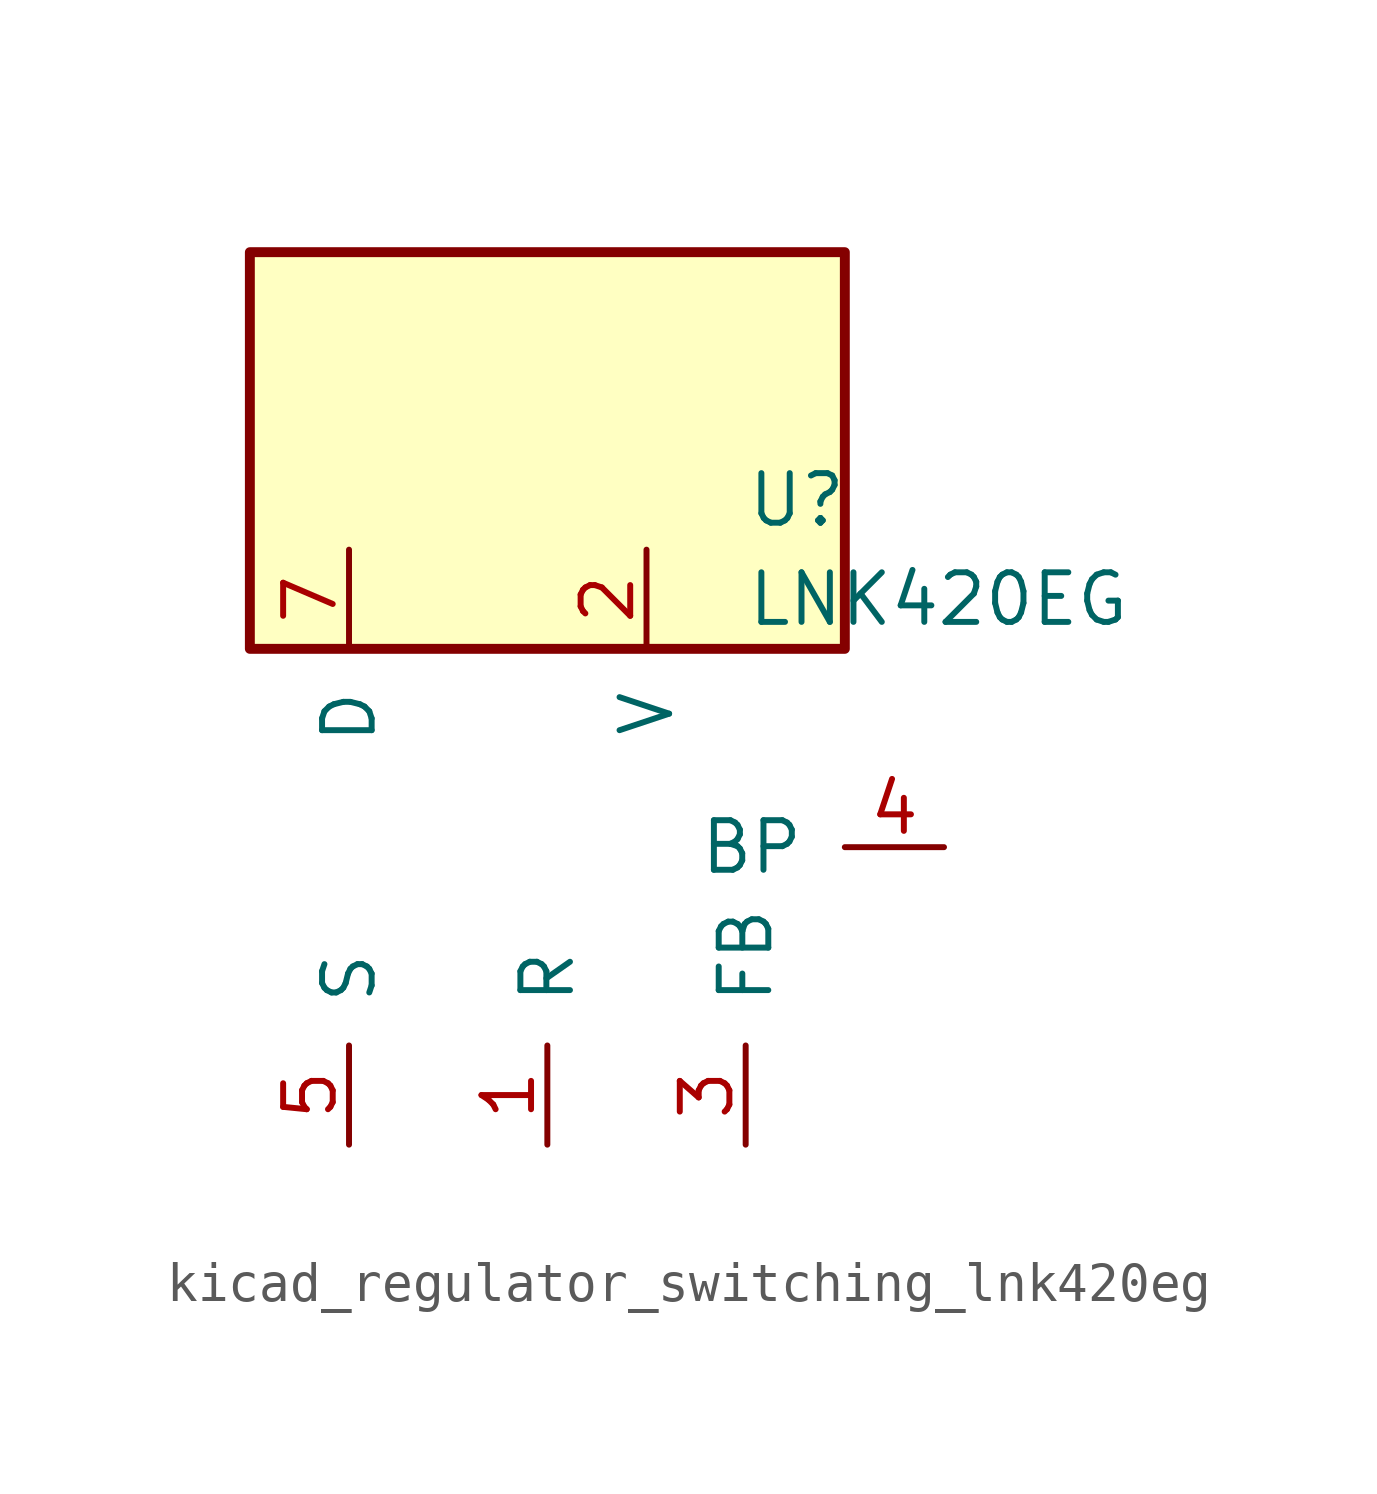
<source format=kicad_sym>
(kicad_symbol_lib
  (version 20220914)
  (generator kicad_symbol_editor)
  (symbol "kicad_regulator_switching_lnk420eg"
    (pin_names
      (offset 1.016))
    (property "Reference" "U"
      (at 5.08 8.89 0)
      (effects (font (size 1.27 1.27)) (justify left)))
    (property "Value" "LNK420EG"
      (at 5.08 6.35 0)
      (effects (font (size 1.27 1.27)) (justify left)))
    (symbol "kicad_regulator_switching_lnk420eg_0_1"
      (rectangle (start 7.62 15.24) (end -7.62 5.08) (stroke (width 0.254) (type default)) (fill (type background))))
    (symbol "kicad_regulator_switching_lnk420eg_1_1"
      (pin input line (at 0 -7.62 90) (length 2.54) (name "R" (effects (font (size 1.27 1.27)))) (number "1" (effects (font (size 1.27 1.27)))))
      (pin input line (at 2.54 7.62 270) (length 2.54) (name "V" (effects (font (size 1.27 1.27)))) (number "2" (effects (font (size 1.27 1.27)))))
      (pin input line (at 5.08 -7.62 90) (length 2.54) (name "FB" (effects (font (size 1.27 1.27)))) (number "3" (effects (font (size 1.27 1.27)))))
      (pin input line (at 10.16 0 180) (length 2.54) (name "BP" (effects (font (size 1.27 1.27)))) (number "4" (effects (font (size 1.27 1.27)))))
      (pin power_in line (at -5.08 -7.62 90) (length 2.54) (name "S" (effects (font (size 1.27 1.27)))) (number "5" (effects (font (size 1.27 1.27)))))
      (pin open_collector line (at -5.08 7.62 270) (length 2.54) (name "D" (effects (font (size 1.27 1.27)))) (number "7" (effects (font (size 1.27 1.27))))))))
</source>
